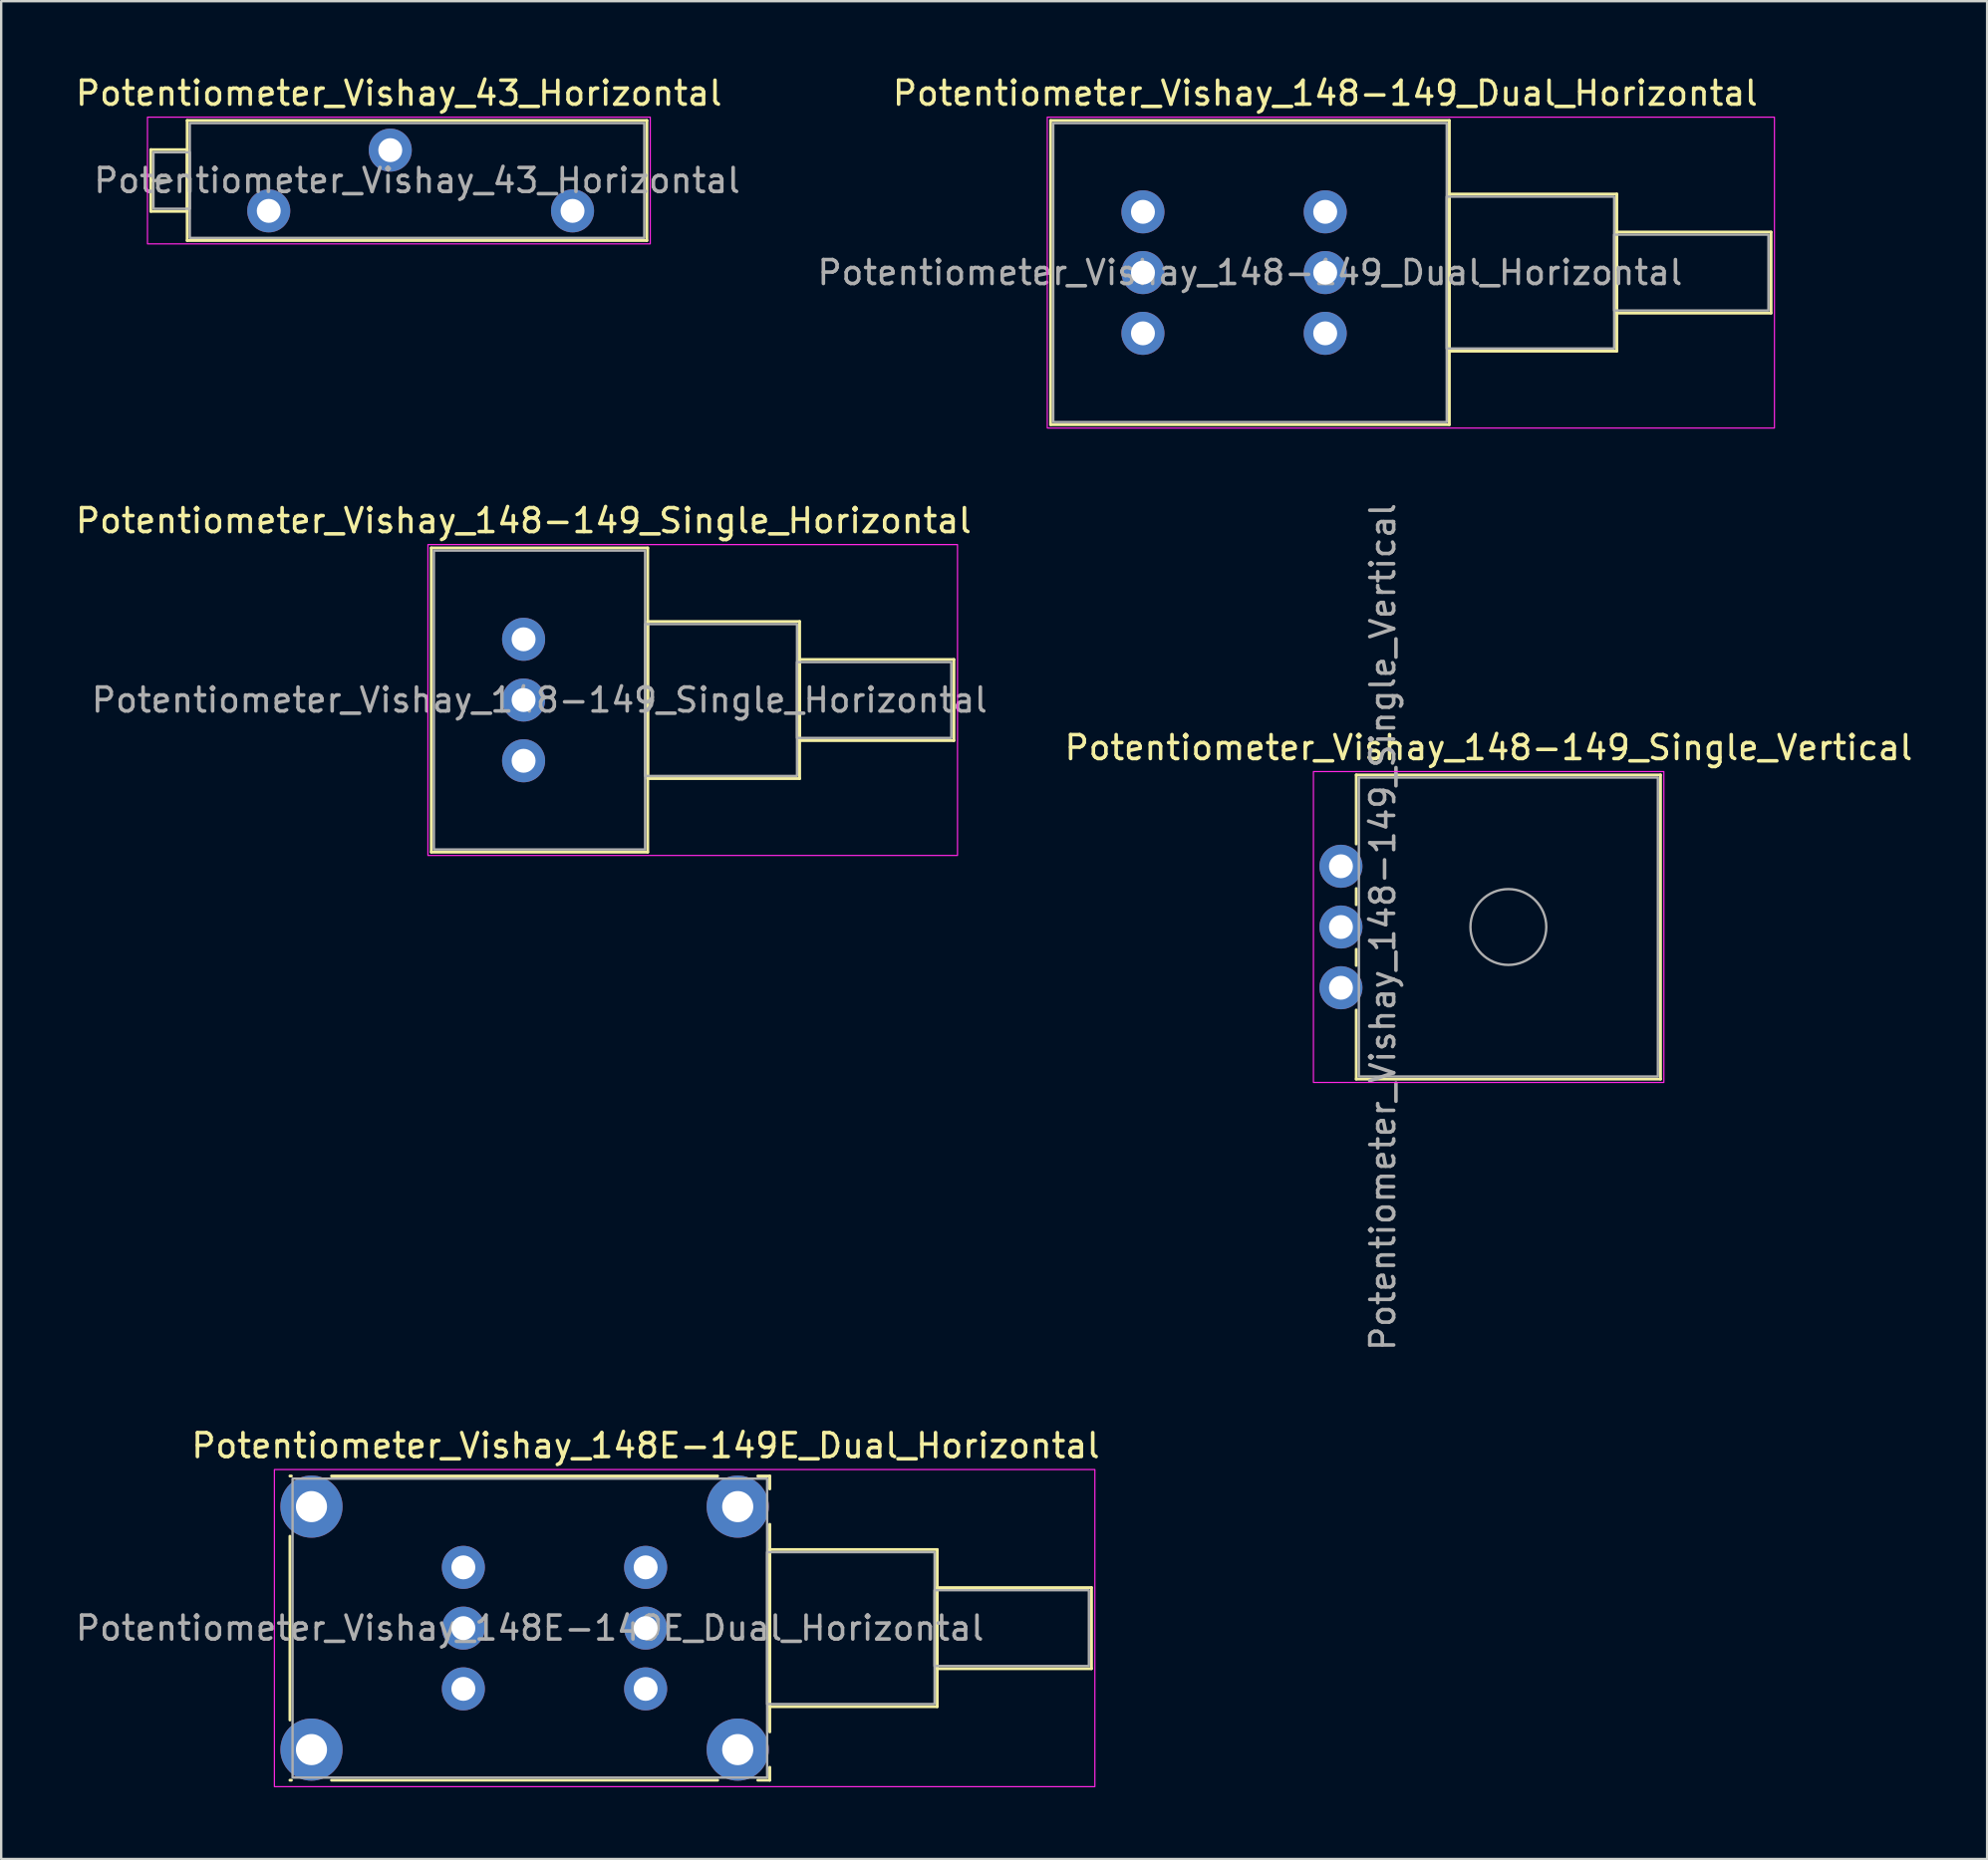
<source format=kicad_pcb>
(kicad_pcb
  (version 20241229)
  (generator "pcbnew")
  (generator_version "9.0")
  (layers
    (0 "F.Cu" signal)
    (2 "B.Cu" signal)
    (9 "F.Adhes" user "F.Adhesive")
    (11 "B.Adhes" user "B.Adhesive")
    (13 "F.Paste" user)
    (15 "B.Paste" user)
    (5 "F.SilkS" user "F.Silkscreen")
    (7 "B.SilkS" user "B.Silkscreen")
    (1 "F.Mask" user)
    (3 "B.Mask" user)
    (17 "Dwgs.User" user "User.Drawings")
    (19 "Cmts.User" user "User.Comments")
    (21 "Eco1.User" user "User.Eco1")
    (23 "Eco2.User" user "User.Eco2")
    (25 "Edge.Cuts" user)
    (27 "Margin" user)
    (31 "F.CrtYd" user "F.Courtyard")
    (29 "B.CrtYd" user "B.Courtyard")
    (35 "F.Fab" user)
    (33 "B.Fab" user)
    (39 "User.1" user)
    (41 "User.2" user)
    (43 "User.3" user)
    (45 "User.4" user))
  (footprint "Potentiometer_Vishay_148-149_Single_Vertical"
    (layer "F.Cu")
    (at 53.008 38.253)
    (property "Reference" "Potentiometer_Vishay_148-149_Single_Vertical" (at 6.175 -10.04 0) (layer "F.SilkS") (effects (font (size 1 1) (thickness 0.15))))
    (attr through_hole)
    (fp_line (start 0.64 -8.9) (end 13.36 -8.9) (stroke (width 0.12) (type solid)) (layer "F.SilkS"))
    (fp_line (start 0.64 -6.011) (end 0.64 -8.9) (stroke (width 0.12) (type solid)) (layer "F.SilkS"))
    (fp_line (start 0.64 -3.471) (end 0.64 -4.149) (stroke (width 0.12) (type solid)) (layer "F.SilkS"))
    (fp_line (start 0.64 -0.931) (end 0.64 -1.609) (stroke (width 0.12) (type solid)) (layer "F.SilkS"))
    (fp_line (start 0.64 3.82) (end 0.64 0.931) (stroke (width 0.12) (type solid)) (layer "F.SilkS"))
    (fp_line (start 13.36 -8.9) (end 13.36 3.82) (stroke (width 0.12) (type solid)) (layer "F.SilkS"))
    (fp_line (start 13.36 3.82) (end 0.64 3.82) (stroke (width 0.12) (type solid)) (layer "F.SilkS"))
    (fp_rect (start -1.15 -9.04) (end 13.5 3.96) (stroke (width 0.05) (type solid)) (fill no) (layer "F.CrtYd"))
    (fp_rect (start 0.75 -8.79) (end 13.25 3.71) (stroke (width 0.1) (type solid)) (fill no) (layer "F.Fab"))
    (fp_circle (center 7 -2.54) (end 8.585 -2.54) (stroke (width 0.1) (type solid)) (fill no) (layer "F.Fab"))
    (fp_text user "${REFERENCE}" (at 1.75 -2.54 90) (layer "F.Fab") (effects (font (size 1 1) (thickness 0.15))))
    (pad "1" thru_hole circle (at 0 0) (size 1.8 1.8) (drill 1) (layers "*.Cu" "*.Mask"))
    (pad "2" thru_hole circle (at 0 -2.54) (size 1.8 1.8) (drill 1) (layers "*.Cu" "*.Mask"))
    (pad "3" thru_hole circle (at 0 -5.08) (size 1.8 1.8) (drill 1) (layers "*.Cu" "*.Mask")))
  (footprint "Potentiometer_Vishay_148-149_Dual_Horizontal"
    (layer "F.Cu")
    (at 52.351 10.888)
    (property "Reference" "Potentiometer_Vishay_148-149_Dual_Horizontal" (at 0 -10.04 0) (layer "F.SilkS") (effects (font (size 1 1) (thickness 0.15))))
    (attr through_hole)
    (fp_line (start -11.48 -8.9) (end 5.19 -8.9) (stroke (width 0.12) (type solid)) (layer "F.SilkS"))
    (fp_line (start -11.48 3.82) (end -11.48 -8.9) (stroke (width 0.12) (type solid)) (layer "F.SilkS"))
    (fp_line (start 5.19 -8.9) (end 5.19 3.82) (stroke (width 0.12) (type solid)) (layer "F.SilkS"))
    (fp_line (start 5.19 -5.825) (end 12.19 -5.825) (stroke (width 0.12) (type solid)) (layer "F.SilkS"))
    (fp_line (start 5.19 0.745) (end 5.19 -5.825) (stroke (width 0.12) (type solid)) (layer "F.SilkS"))
    (fp_line (start 5.19 3.82) (end -11.48 3.82) (stroke (width 0.12) (type solid)) (layer "F.SilkS"))
    (fp_line (start 12.19 -5.825) (end 12.19 0.745) (stroke (width 0.12) (type solid)) (layer "F.SilkS"))
    (fp_line (start 12.19 -4.235) (end 18.64 -4.235) (stroke (width 0.12) (type solid)) (layer "F.SilkS"))
    (fp_line (start 12.19 -0.845) (end 12.19 -4.235) (stroke (width 0.12) (type solid)) (layer "F.SilkS"))
    (fp_line (start 12.19 0.745) (end 5.19 0.745) (stroke (width 0.12) (type solid)) (layer "F.SilkS"))
    (fp_line (start 18.64 -4.235) (end 18.64 -0.845) (stroke (width 0.12) (type solid)) (layer "F.SilkS"))
    (fp_line (start 18.64 -0.845) (end 12.19 -0.845) (stroke (width 0.12) (type solid)) (layer "F.SilkS"))
    (fp_rect (start -11.62 -9.04) (end 18.78 3.96) (stroke (width 0.05) (type solid)) (fill no) (layer "F.CrtYd"))
    (fp_rect (start -11.37 -8.79) (end 5.08 3.71) (stroke (width 0.1) (type solid)) (fill no) (layer "F.Fab"))
    (fp_rect (start 5.08 -5.715) (end 12.08 0.635) (stroke (width 0.1) (type solid)) (fill no) (layer "F.Fab"))
    (fp_rect (start 12.08 -4.125) (end 18.53 -0.955) (stroke (width 0.1) (type solid)) (fill no) (layer "F.Fab"))
    (fp_text user "${REFERENCE}" (at -3.145 -2.54 0) (layer "F.Fab") (effects (font (size 1 1) (thickness 0.15))))
    (pad "1" thru_hole circle (at 0 0) (size 1.8 1.8) (drill 1) (layers "*.Cu" "*.Mask"))
    (pad "2" thru_hole circle (at 0 -2.54) (size 1.8 1.8) (drill 1) (layers "*.Cu" "*.Mask"))
    (pad "3" thru_hole circle (at 0 -5.08) (size 1.8 1.8) (drill 1) (layers "*.Cu" "*.Mask"))
    (pad "4" thru_hole circle (at -7.62 0) (size 1.8 1.8) (drill 1) (layers "*.Cu" "*.Mask"))
    (pad "5" thru_hole circle (at -7.62 -2.54) (size 1.8 1.8) (drill 1) (layers "*.Cu" "*.Mask"))
    (pad "6" thru_hole circle (at -7.62 -5.08) (size 1.8 1.8) (drill 1) (layers "*.Cu" "*.Mask")))
  (footprint "Potentiometer_Vishay_148-149_Single_Horizontal"
    (layer "F.Cu")
    (at 18.839 28.762)
    (property "Reference" "Potentiometer_Vishay_148-149_Single_Horizontal" (at 0 -10.04 0) (layer "F.SilkS") (effects (font (size 1 1) (thickness 0.15))))
    (attr through_hole)
    (fp_line (start -3.86 -8.9) (end 5.19 -8.9) (stroke (width 0.12) (type solid)) (layer "F.SilkS"))
    (fp_line (start -3.86 3.82) (end -3.86 -8.9) (stroke (width 0.12) (type solid)) (layer "F.SilkS"))
    (fp_line (start 5.19 -8.9) (end 5.19 3.82) (stroke (width 0.12) (type solid)) (layer "F.SilkS"))
    (fp_line (start 5.19 -5.825) (end 11.54 -5.825) (stroke (width 0.12) (type solid)) (layer "F.SilkS"))
    (fp_line (start 5.19 0.745) (end 5.19 -5.825) (stroke (width 0.12) (type solid)) (layer "F.SilkS"))
    (fp_line (start 5.19 3.82) (end -3.86 3.82) (stroke (width 0.12) (type solid)) (layer "F.SilkS"))
    (fp_line (start 11.54 -5.825) (end 11.54 0.745) (stroke (width 0.12) (type solid)) (layer "F.SilkS"))
    (fp_line (start 11.54 -4.235) (end 17.99 -4.235) (stroke (width 0.12) (type solid)) (layer "F.SilkS"))
    (fp_line (start 11.54 -0.845) (end 11.54 -4.235) (stroke (width 0.12) (type solid)) (layer "F.SilkS"))
    (fp_line (start 11.54 0.745) (end 5.19 0.745) (stroke (width 0.12) (type solid)) (layer "F.SilkS"))
    (fp_line (start 17.99 -4.235) (end 17.99 -0.845) (stroke (width 0.12) (type solid)) (layer "F.SilkS"))
    (fp_line (start 17.99 -0.845) (end 11.54 -0.845) (stroke (width 0.12) (type solid)) (layer "F.SilkS"))
    (fp_rect (start -4 -9.04) (end 18.14 3.96) (stroke (width 0.05) (type solid)) (fill no) (layer "F.CrtYd"))
    (fp_rect (start -3.75 -8.79) (end 5.08 3.71) (stroke (width 0.1) (type solid)) (fill no) (layer "F.Fab"))
    (fp_rect (start 5.08 -5.715) (end 11.43 0.635) (stroke (width 0.1) (type solid)) (fill no) (layer "F.Fab"))
    (fp_rect (start 11.43 -4.125) (end 17.88 -0.955) (stroke (width 0.1) (type solid)) (fill no) (layer "F.Fab"))
    (fp_text user "${REFERENCE}" (at 0.665 -2.54 0) (layer "F.Fab") (effects (font (size 1 1) (thickness 0.15))))
    (pad "1" thru_hole circle (at 0 0) (size 1.8 1.8) (drill 1) (layers "*.Cu" "*.Mask"))
    (pad "2" thru_hole circle (at 0 -2.54) (size 1.8 1.8) (drill 1) (layers "*.Cu" "*.Mask"))
    (pad "3" thru_hole circle (at 0 -5.08) (size 1.8 1.8) (drill 1) (layers "*.Cu" "*.Mask")))
  (footprint "Potentiometer_Vishay_43_Horizontal"
    (layer "F.Cu")
    (at 20.885 5.768)
    (property "Reference" "Potentiometer_Vishay_43_Horizontal" (at -7.26 -4.92 0) (layer "F.SilkS") (effects (font (size 1 1) (thickness 0.15))))
    (attr through_hole)
    (fp_line (start -17.63 -2.56) (end -16.11 -2.56) (stroke (width 0.12) (type solid)) (layer "F.SilkS"))
    (fp_line (start -17.63 -1.27) (end -16.87 -1.27) (stroke (width 0.12) (type solid)) (layer "F.SilkS"))
    (fp_line (start -17.63 0.02) (end -17.63 -2.56) (stroke (width 0.12) (type solid)) (layer "F.SilkS"))
    (fp_line (start -16.11 -3.78) (end 3.11 -3.78) (stroke (width 0.12) (type solid)) (layer "F.SilkS"))
    (fp_line (start -16.11 -2.56) (end -16.11 0.02) (stroke (width 0.12) (type solid)) (layer "F.SilkS"))
    (fp_line (start -16.11 0.02) (end -17.63 0.02) (stroke (width 0.12) (type solid)) (layer "F.SilkS"))
    (fp_line (start -16.11 1.24) (end -16.11 -3.78) (stroke (width 0.12) (type solid)) (layer "F.SilkS"))
    (fp_line (start 3.11 -3.78) (end 3.11 1.24) (stroke (width 0.12) (type solid)) (layer "F.SilkS"))
    (fp_line (start 3.11 1.24) (end -16.11 1.24) (stroke (width 0.12) (type solid)) (layer "F.SilkS"))
    (fp_rect (start -17.77 -3.92) (end 3.25 1.38) (stroke (width 0.05) (type solid)) (fill no) (layer "F.CrtYd"))
    (fp_line (start -17.52 -1.27) (end -16.76 -1.27) (stroke (width 0.1) (type solid)) (layer "F.Fab"))
    (fp_rect (start -17.52 -2.45) (end -16 -0.09) (stroke (width 0.1) (type solid)) (fill no) (layer "F.Fab"))
    (fp_rect (start -16 -3.67) (end 3 1.13) (stroke (width 0.1) (type solid)) (fill no) (layer "F.Fab"))
    (fp_text user "${REFERENCE}" (at -6.5 -1.27 0) (layer "F.Fab") (effects (font (size 1 1) (thickness 0.15))))
    (pad "1" thru_hole circle (at 0 0) (size 1.8 1.8) (drill 1) (layers "*.Cu" "*.Mask"))
    (pad "2" thru_hole circle (at -7.62 -2.54) (size 1.8 1.8) (drill 1) (layers "*.Cu" "*.Mask"))
    (pad "3" thru_hole circle (at -12.7 0) (size 1.8 1.8) (drill 1) (layers "*.Cu" "*.Mask")))
  (footprint "Potentiometer_Vishay_148E-149E_Dual_Horizontal"
    (layer "F.Cu")
    (at 23.941 67.57)
    (property "Reference" "Potentiometer_Vishay_148E-149E_Dual_Horizontal" (at 0 -10.17 0) (layer "F.SilkS") (effects (font (size 1 1) (thickness 0.15))))
    (attr through_hole)
    (fp_line (start -14.87 -8.9) (end -14.808 -8.9) (stroke (width 0.12) (type solid)) (layer "F.SilkS"))
    (fp_line (start -14.87 1.303) (end -14.87 -6.383) (stroke (width 0.12) (type solid)) (layer "F.SilkS"))
    (fp_line (start -14.808 3.82) (end -14.87 3.82) (stroke (width 0.12) (type solid)) (layer "F.SilkS"))
    (fp_line (start -13.132 -8.9) (end 3.012 -8.9) (stroke (width 0.12) (type solid)) (layer "F.SilkS"))
    (fp_line (start 3.012 3.82) (end -13.132 3.82) (stroke (width 0.12) (type solid)) (layer "F.SilkS"))
    (fp_line (start 4.688 -8.9) (end 5.19 -8.9) (stroke (width 0.12) (type solid)) (layer "F.SilkS"))
    (fp_line (start 5.19 -8.9) (end 5.19 -8.358) (stroke (width 0.12) (type solid)) (layer "F.SilkS"))
    (fp_line (start 5.19 -6.882) (end 5.19 1.802) (stroke (width 0.12) (type solid)) (layer "F.SilkS"))
    (fp_line (start 5.19 -5.825) (end 12.19 -5.825) (stroke (width 0.12) (type solid)) (layer "F.SilkS"))
    (fp_line (start 5.19 0.745) (end 5.19 -5.825) (stroke (width 0.12) (type solid)) (layer "F.SilkS"))
    (fp_line (start 5.19 3.278) (end 5.19 3.82) (stroke (width 0.12) (type solid)) (layer "F.SilkS"))
    (fp_line (start 5.19 3.82) (end 4.688 3.82) (stroke (width 0.12) (type solid)) (layer "F.SilkS"))
    (fp_line (start 12.19 -5.825) (end 12.19 0.745) (stroke (width 0.12) (type solid)) (layer "F.SilkS"))
    (fp_line (start 12.19 -4.235) (end 18.64 -4.235) (stroke (width 0.12) (type solid)) (layer "F.SilkS"))
    (fp_line (start 12.19 -0.845) (end 12.19 -4.235) (stroke (width 0.12) (type solid)) (layer "F.SilkS"))
    (fp_line (start 12.19 0.745) (end 5.19 0.745) (stroke (width 0.12) (type solid)) (layer "F.SilkS"))
    (fp_line (start 18.64 -4.235) (end 18.64 -0.845) (stroke (width 0.12) (type solid)) (layer "F.SilkS"))
    (fp_line (start 18.64 -0.845) (end 12.19 -0.845) (stroke (width 0.12) (type solid)) (layer "F.SilkS"))
    (fp_rect (start -15.52 -9.17) (end 18.78 4.09) (stroke (width 0.05) (type solid)) (fill no) (layer "F.CrtYd"))
    (fp_rect (start -14.76 -8.79) (end 5.08 3.71) (stroke (width 0.1) (type solid)) (fill no) (layer "F.Fab"))
    (fp_rect (start 5.08 -5.715) (end 12.08 0.635) (stroke (width 0.1) (type solid)) (fill no) (layer "F.Fab"))
    (fp_rect (start 12.08 -4.125) (end 18.53 -0.955) (stroke (width 0.1) (type solid)) (fill no) (layer "F.Fab"))
    (fp_text user "${REFERENCE}" (at -4.84 -2.54 0) (layer "F.Fab") (effects (font (size 1 1) (thickness 0.15))))
    (pad "1" thru_hole circle (at 0 0) (size 1.8 1.8) (drill 1) (layers "*.Cu" "*.Mask"))
    (pad "2" thru_hole circle (at 0 -2.54) (size 1.8 1.8) (drill 1) (layers "*.Cu" "*.Mask"))
    (pad "3" thru_hole circle (at 0 -5.08) (size 1.8 1.8) (drill 1) (layers "*.Cu" "*.Mask"))
    (pad "4" thru_hole circle (at -7.62 0) (size 1.8 1.8) (drill 1) (layers "*.Cu" "*.Mask"))
    (pad "5" thru_hole circle (at -7.62 -2.54) (size 1.8 1.8) (drill 1) (layers "*.Cu" "*.Mask"))
    (pad "6" thru_hole circle (at -7.62 -5.08) (size 1.8 1.8) (drill 1) (layers "*.Cu" "*.Mask"))
    (pad "MP" thru_hole circle (at -13.97 -7.62) (size 2.6 2.6) (drill 1.3) (layers "*.Cu" "*.Mask"))
    (pad "MP" thru_hole circle (at -13.97 2.54) (size 2.6 2.6) (drill 1.3) (layers "*.Cu" "*.Mask"))
    (pad "MP" thru_hole circle (at 3.85 -7.62) (size 2.6 2.6) (drill 1.3) (layers "*.Cu" "*.Mask"))
    (pad "MP" thru_hole circle (at 3.85 2.54) (size 2.6 2.6) (drill 1.3) (layers "*.Cu" "*.Mask")))
  (gr_rect
    (start -3 -3)
    (end 80.022 74.685)
    (stroke (width 0.1) (type default))
    (fill no)
    (layer "Edge.Cuts")))
</source>
